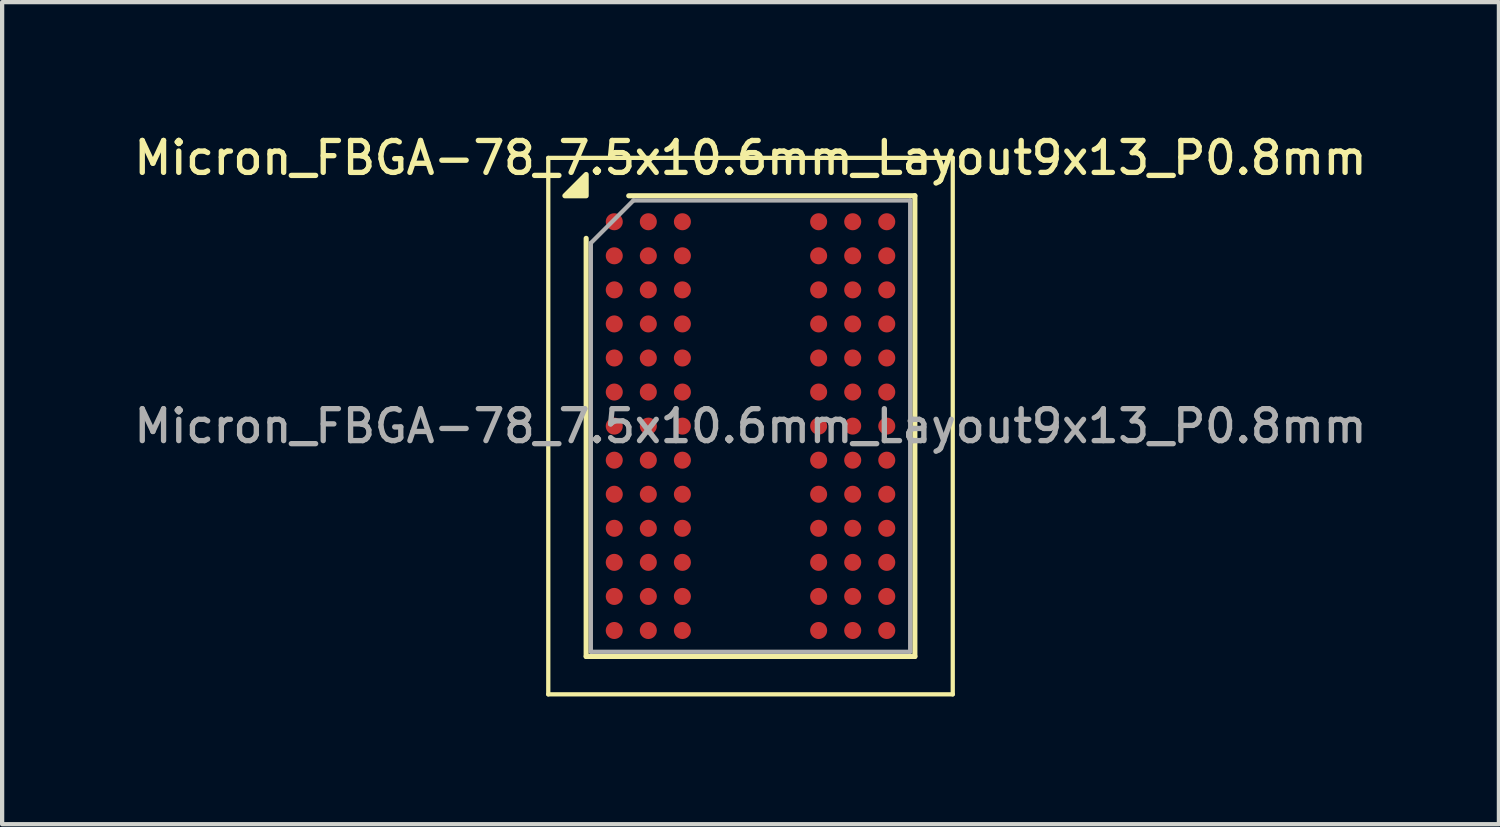
<source format=kicad_pcb>
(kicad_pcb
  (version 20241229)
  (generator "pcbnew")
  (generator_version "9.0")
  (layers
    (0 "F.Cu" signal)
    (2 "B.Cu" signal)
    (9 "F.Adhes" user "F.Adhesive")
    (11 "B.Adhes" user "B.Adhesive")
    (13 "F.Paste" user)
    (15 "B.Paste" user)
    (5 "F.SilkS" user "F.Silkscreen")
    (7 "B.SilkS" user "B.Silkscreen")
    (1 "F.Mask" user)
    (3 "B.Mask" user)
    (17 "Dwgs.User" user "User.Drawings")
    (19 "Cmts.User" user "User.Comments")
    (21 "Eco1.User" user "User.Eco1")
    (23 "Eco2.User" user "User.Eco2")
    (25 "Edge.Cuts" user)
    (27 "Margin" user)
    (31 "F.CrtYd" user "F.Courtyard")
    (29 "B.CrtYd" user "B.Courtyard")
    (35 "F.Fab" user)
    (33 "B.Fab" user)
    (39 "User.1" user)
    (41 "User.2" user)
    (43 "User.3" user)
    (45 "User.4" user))
  (footprint "Micron_FBGA-78_7.5x10.6mm_Layout9x13_P0.8mm"
    (layer "F.Cu")
    (at 14.577 6.958)
    (property "Reference" "Micron_FBGA-78_7.5x10.6mm_Layout9x13_P0.8mm" (at 0 -6.3 0) (layer "F.SilkS") (effects (font (size 0.75 0.75) (thickness 0.125))))
    (attr smd)
    (fp_line (start -4.75 -6.3) (end -4.75 6.3) (stroke (width 0.1) (type solid)) (layer "F.SilkS"))
    (fp_line (start -4.75 6.3) (end 4.75 6.3) (stroke (width 0.1) (type solid)) (layer "F.SilkS"))
    (fp_line (start -3.86 5.41) (end -3.86 -4.41) (stroke (width 0.12) (type solid)) (layer "F.SilkS"))
    (fp_line (start -2.86 -5.41) (end 3.86 -5.41) (stroke (width 0.12) (type solid)) (layer "F.SilkS"))
    (fp_line (start 3.86 -5.41) (end 3.86 5.41) (stroke (width 0.12) (type solid)) (layer "F.SilkS"))
    (fp_line (start 3.86 5.41) (end -3.86 5.41) (stroke (width 0.12) (type solid)) (layer "F.SilkS"))
    (fp_line (start 4.75 -6.3) (end -4.75 -6.3) (stroke (width 0.1) (type solid)) (layer "F.SilkS"))
    (fp_line (start 4.75 6.3) (end 4.75 -6.3) (stroke (width 0.1) (type solid)) (layer "F.SilkS"))
    (fp_poly (pts (xy -3.86 -5.41) (xy -4.36 -5.41) (xy -3.86 -5.91) (xy -3.86 -5.41)) (stroke (width 0.12) (type solid)) (fill yes) (layer "F.SilkS"))
    (fp_line (start -3.75 -4.3) (end -2.75 -5.3) (stroke (width 0.1) (type solid)) (layer "F.Fab"))
    (fp_line (start -3.75 5.3) (end -3.75 -4.3) (stroke (width 0.1) (type solid)) (layer "F.Fab"))
    (fp_line (start -2.75 -5.3) (end 3.75 -5.3) (stroke (width 0.1) (type solid)) (layer "F.Fab"))
    (fp_line (start 3.75 -5.3) (end 3.75 5.3) (stroke (width 0.1) (type solid)) (layer "F.Fab"))
    (fp_line (start 3.75 5.3) (end -3.75 5.3) (stroke (width 0.1) (type solid)) (layer "F.Fab"))
    (fp_text user "${REFERENCE}" (at 0 0 0) (layer "F.Fab") (effects (font (size 0.75 0.75) (thickness 0.125))))
    (pad "A1" smd circle (at -3.2 -4.8) (size 0.4 0.4) (property pad_prop_bga) (layers "F.Cu" "F.Mask" "F.Paste"))
    (pad "A2" smd circle (at -2.4 -4.8) (size 0.4 0.4) (property pad_prop_bga) (layers "F.Cu" "F.Mask" "F.Paste"))
    (pad "A3" smd circle (at -1.6 -4.8) (size 0.4 0.4) (property pad_prop_bga) (layers "F.Cu" "F.Mask" "F.Paste"))
    (pad "A7" smd circle (at 1.6 -4.8) (size 0.4 0.4) (property pad_prop_bga) (layers "F.Cu" "F.Mask" "F.Paste"))
    (pad "A8" smd circle (at 2.4 -4.8) (size 0.4 0.4) (property pad_prop_bga) (layers "F.Cu" "F.Mask" "F.Paste"))
    (pad "A9" smd circle (at 3.2 -4.8) (size 0.4 0.4) (property pad_prop_bga) (layers "F.Cu" "F.Mask" "F.Paste"))
    (pad "B1" smd circle (at -3.2 -4) (size 0.4 0.4) (property pad_prop_bga) (layers "F.Cu" "F.Mask" "F.Paste"))
    (pad "B2" smd circle (at -2.4 -4) (size 0.4 0.4) (property pad_prop_bga) (layers "F.Cu" "F.Mask" "F.Paste"))
    (pad "B3" smd circle (at -1.6 -4) (size 0.4 0.4) (property pad_prop_bga) (layers "F.Cu" "F.Mask" "F.Paste"))
    (pad "B7" smd circle (at 1.6 -4) (size 0.4 0.4) (property pad_prop_bga) (layers "F.Cu" "F.Mask" "F.Paste"))
    (pad "B8" smd circle (at 2.4 -4) (size 0.4 0.4) (property pad_prop_bga) (layers "F.Cu" "F.Mask" "F.Paste"))
    (pad "B9" smd circle (at 3.2 -4) (size 0.4 0.4) (property pad_prop_bga) (layers "F.Cu" "F.Mask" "F.Paste"))
    (pad "C1" smd circle (at -3.2 -3.2) (size 0.4 0.4) (property pad_prop_bga) (layers "F.Cu" "F.Mask" "F.Paste"))
    (pad "C2" smd circle (at -2.4 -3.2) (size 0.4 0.4) (property pad_prop_bga) (layers "F.Cu" "F.Mask" "F.Paste"))
    (pad "C3" smd circle (at -1.6 -3.2) (size 0.4 0.4) (property pad_prop_bga) (layers "F.Cu" "F.Mask" "F.Paste"))
    (pad "C7" smd circle (at 1.6 -3.2) (size 0.4 0.4) (property pad_prop_bga) (layers "F.Cu" "F.Mask" "F.Paste"))
    (pad "C8" smd circle (at 2.4 -3.2) (size 0.4 0.4) (property pad_prop_bga) (layers "F.Cu" "F.Mask" "F.Paste"))
    (pad "C9" smd circle (at 3.2 -3.2) (size 0.4 0.4) (property pad_prop_bga) (layers "F.Cu" "F.Mask" "F.Paste"))
    (pad "D1" smd circle (at -3.2 -2.4) (size 0.4 0.4) (property pad_prop_bga) (layers "F.Cu" "F.Mask" "F.Paste"))
    (pad "D2" smd circle (at -2.4 -2.4) (size 0.4 0.4) (property pad_prop_bga) (layers "F.Cu" "F.Mask" "F.Paste"))
    (pad "D3" smd circle (at -1.6 -2.4) (size 0.4 0.4) (property pad_prop_bga) (layers "F.Cu" "F.Mask" "F.Paste"))
    (pad "D7" smd circle (at 1.6 -2.4) (size 0.4 0.4) (property pad_prop_bga) (layers "F.Cu" "F.Mask" "F.Paste"))
    (pad "D8" smd circle (at 2.4 -2.4) (size 0.4 0.4) (property pad_prop_bga) (layers "F.Cu" "F.Mask" "F.Paste"))
    (pad "D9" smd circle (at 3.2 -2.4) (size 0.4 0.4) (property pad_prop_bga) (layers "F.Cu" "F.Mask" "F.Paste"))
    (pad "E1" smd circle (at -3.2 -1.6) (size 0.4 0.4) (property pad_prop_bga) (layers "F.Cu" "F.Mask" "F.Paste"))
    (pad "E2" smd circle (at -2.4 -1.6) (size 0.4 0.4) (property pad_prop_bga) (layers "F.Cu" "F.Mask" "F.Paste"))
    (pad "E3" smd circle (at -1.6 -1.6) (size 0.4 0.4) (property pad_prop_bga) (layers "F.Cu" "F.Mask" "F.Paste"))
    (pad "E7" smd circle (at 1.6 -1.6) (size 0.4 0.4) (property pad_prop_bga) (layers "F.Cu" "F.Mask" "F.Paste"))
    (pad "E8" smd circle (at 2.4 -1.6) (size 0.4 0.4) (property pad_prop_bga) (layers "F.Cu" "F.Mask" "F.Paste"))
    (pad "E9" smd circle (at 3.2 -1.6) (size 0.4 0.4) (property pad_prop_bga) (layers "F.Cu" "F.Mask" "F.Paste"))
    (pad "F1" smd circle (at -3.2 -0.8) (size 0.4 0.4) (property pad_prop_bga) (layers "F.Cu" "F.Mask" "F.Paste"))
    (pad "F2" smd circle (at -2.4 -0.8) (size 0.4 0.4) (property pad_prop_bga) (layers "F.Cu" "F.Mask" "F.Paste"))
    (pad "F3" smd circle (at -1.6 -0.8) (size 0.4 0.4) (property pad_prop_bga) (layers "F.Cu" "F.Mask" "F.Paste"))
    (pad "F7" smd circle (at 1.6 -0.8) (size 0.4 0.4) (property pad_prop_bga) (layers "F.Cu" "F.Mask" "F.Paste"))
    (pad "F8" smd circle (at 2.4 -0.8) (size 0.4 0.4) (property pad_prop_bga) (layers "F.Cu" "F.Mask" "F.Paste"))
    (pad "F9" smd circle (at 3.2 -0.8) (size 0.4 0.4) (property pad_prop_bga) (layers "F.Cu" "F.Mask" "F.Paste"))
    (pad "G1" smd circle (at -3.2 0) (size 0.4 0.4) (property pad_prop_bga) (layers "F.Cu" "F.Mask" "F.Paste"))
    (pad "G2" smd circle (at -2.4 0) (size 0.4 0.4) (property pad_prop_bga) (layers "F.Cu" "F.Mask" "F.Paste"))
    (pad "G3" smd circle (at -1.6 0) (size 0.4 0.4) (property pad_prop_bga) (layers "F.Cu" "F.Mask" "F.Paste"))
    (pad "G7" smd circle (at 1.6 0) (size 0.4 0.4) (property pad_prop_bga) (layers "F.Cu" "F.Mask" "F.Paste"))
    (pad "G8" smd circle (at 2.4 0) (size 0.4 0.4) (property pad_prop_bga) (layers "F.Cu" "F.Mask" "F.Paste"))
    (pad "G9" smd circle (at 3.2 0) (size 0.4 0.4) (property pad_prop_bga) (layers "F.Cu" "F.Mask" "F.Paste"))
    (pad "H1" smd circle (at -3.2 0.8) (size 0.4 0.4) (property pad_prop_bga) (layers "F.Cu" "F.Mask" "F.Paste"))
    (pad "H2" smd circle (at -2.4 0.8) (size 0.4 0.4) (property pad_prop_bga) (layers "F.Cu" "F.Mask" "F.Paste"))
    (pad "H3" smd circle (at -1.6 0.8) (size 0.4 0.4) (property pad_prop_bga) (layers "F.Cu" "F.Mask" "F.Paste"))
    (pad "H7" smd circle (at 1.6 0.8) (size 0.4 0.4) (property pad_prop_bga) (layers "F.Cu" "F.Mask" "F.Paste"))
    (pad "H8" smd circle (at 2.4 0.8) (size 0.4 0.4) (property pad_prop_bga) (layers "F.Cu" "F.Mask" "F.Paste"))
    (pad "H9" smd circle (at 3.2 0.8) (size 0.4 0.4) (property pad_prop_bga) (layers "F.Cu" "F.Mask" "F.Paste"))
    (pad "J1" smd circle (at -3.2 1.6) (size 0.4 0.4) (property pad_prop_bga) (layers "F.Cu" "F.Mask" "F.Paste"))
    (pad "J2" smd circle (at -2.4 1.6) (size 0.4 0.4) (property pad_prop_bga) (layers "F.Cu" "F.Mask" "F.Paste"))
    (pad "J3" smd circle (at -1.6 1.6) (size 0.4 0.4) (property pad_prop_bga) (layers "F.Cu" "F.Mask" "F.Paste"))
    (pad "J7" smd circle (at 1.6 1.6) (size 0.4 0.4) (property pad_prop_bga) (layers "F.Cu" "F.Mask" "F.Paste"))
    (pad "J8" smd circle (at 2.4 1.6) (size 0.4 0.4) (property pad_prop_bga) (layers "F.Cu" "F.Mask" "F.Paste"))
    (pad "J9" smd circle (at 3.2 1.6) (size 0.4 0.4) (property pad_prop_bga) (layers "F.Cu" "F.Mask" "F.Paste"))
    (pad "K1" smd circle (at -3.2 2.4) (size 0.4 0.4) (property pad_prop_bga) (layers "F.Cu" "F.Mask" "F.Paste"))
    (pad "K2" smd circle (at -2.4 2.4) (size 0.4 0.4) (property pad_prop_bga) (layers "F.Cu" "F.Mask" "F.Paste"))
    (pad "K3" smd circle (at -1.6 2.4) (size 0.4 0.4) (property pad_prop_bga) (layers "F.Cu" "F.Mask" "F.Paste"))
    (pad "K7" smd circle (at 1.6 2.4) (size 0.4 0.4) (property pad_prop_bga) (layers "F.Cu" "F.Mask" "F.Paste"))
    (pad "K8" smd circle (at 2.4 2.4) (size 0.4 0.4) (property pad_prop_bga) (layers "F.Cu" "F.Mask" "F.Paste"))
    (pad "K9" smd circle (at 3.2 2.4) (size 0.4 0.4) (property pad_prop_bga) (layers "F.Cu" "F.Mask" "F.Paste"))
    (pad "L1" smd circle (at -3.2 3.2) (size 0.4 0.4) (property pad_prop_bga) (layers "F.Cu" "F.Mask" "F.Paste"))
    (pad "L2" smd circle (at -2.4 3.2) (size 0.4 0.4) (property pad_prop_bga) (layers "F.Cu" "F.Mask" "F.Paste"))
    (pad "L3" smd circle (at -1.6 3.2) (size 0.4 0.4) (property pad_prop_bga) (layers "F.Cu" "F.Mask" "F.Paste"))
    (pad "L7" smd circle (at 1.6 3.2) (size 0.4 0.4) (property pad_prop_bga) (layers "F.Cu" "F.Mask" "F.Paste"))
    (pad "L8" smd circle (at 2.4 3.2) (size 0.4 0.4) (property pad_prop_bga) (layers "F.Cu" "F.Mask" "F.Paste"))
    (pad "L9" smd circle (at 3.2 3.2) (size 0.4 0.4) (property pad_prop_bga) (layers "F.Cu" "F.Mask" "F.Paste"))
    (pad "M1" smd circle (at -3.2 4) (size 0.4 0.4) (property pad_prop_bga) (layers "F.Cu" "F.Mask" "F.Paste"))
    (pad "M2" smd circle (at -2.4 4) (size 0.4 0.4) (property pad_prop_bga) (layers "F.Cu" "F.Mask" "F.Paste"))
    (pad "M3" smd circle (at -1.6 4) (size 0.4 0.4) (property pad_prop_bga) (layers "F.Cu" "F.Mask" "F.Paste"))
    (pad "M7" smd circle (at 1.6 4) (size 0.4 0.4) (property pad_prop_bga) (layers "F.Cu" "F.Mask" "F.Paste"))
    (pad "M8" smd circle (at 2.4 4) (size 0.4 0.4) (property pad_prop_bga) (layers "F.Cu" "F.Mask" "F.Paste"))
    (pad "M9" smd circle (at 3.2 4) (size 0.4 0.4) (property pad_prop_bga) (layers "F.Cu" "F.Mask" "F.Paste"))
    (pad "N1" smd circle (at -3.2 4.8) (size 0.4 0.4) (property pad_prop_bga) (layers "F.Cu" "F.Mask" "F.Paste"))
    (pad "N2" smd circle (at -2.4 4.8) (size 0.4 0.4) (property pad_prop_bga) (layers "F.Cu" "F.Mask" "F.Paste"))
    (pad "N3" smd circle (at -1.6 4.8) (size 0.4 0.4) (property pad_prop_bga) (layers "F.Cu" "F.Mask" "F.Paste"))
    (pad "N7" smd circle (at 1.6 4.8) (size 0.4 0.4) (property pad_prop_bga) (layers "F.Cu" "F.Mask" "F.Paste"))
    (pad "N8" smd circle (at 2.4 4.8) (size 0.4 0.4) (property pad_prop_bga) (layers "F.Cu" "F.Mask" "F.Paste"))
    (pad "N9" smd circle (at 3.2 4.8) (size 0.4 0.4) (property pad_prop_bga) (layers "F.Cu" "F.Mask" "F.Paste")))
  (gr_rect
    (start -3 -3)
    (end 32.154 16.308)
    (stroke (width 0.1) (type default))
    (fill no)
    (layer "Edge.Cuts")))
</source>
